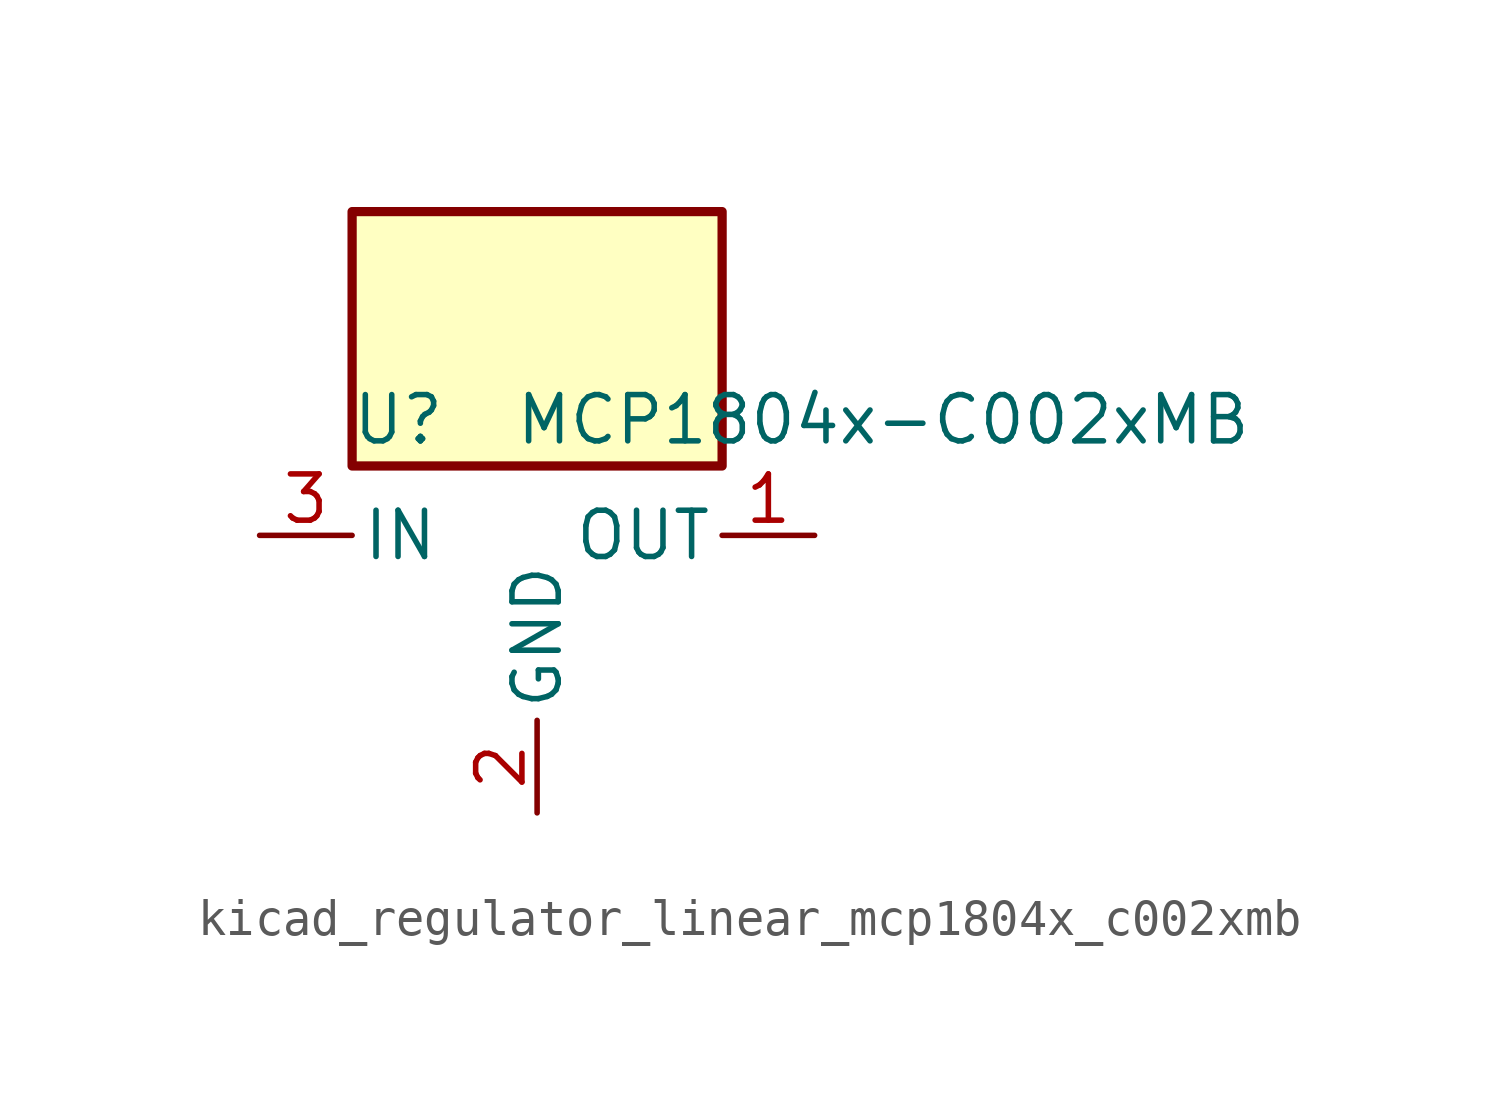
<source format=kicad_sym>
(kicad_symbol_lib
  (version 20220914)
  (generator kicad_symbol_editor)
  (symbol "kicad_regulator_linear_mcp1804x_c002xmb"
    (pin_names
      (offset 0.254))
    (property "Reference" "U"
      (at -3.81 3.175 0)
      (effects (font (size 1.27 1.27))))
    (property "Value" "MCP1804x-C002xMB"
      (at -0.635 3.175 0)
      (effects (font (size 1.27 1.27)) (justify left)))
    (symbol "kicad_regulator_linear_mcp1804x_c002xmb_0_1"
      (rectangle (start 5.08 8.89) (end -5.08 1.905) (stroke (width 0.254) (type default)) (fill (type background))))
    (symbol "kicad_regulator_linear_mcp1804x_c002xmb_1_1"
      (pin power_out line (at 7.62 0 180) (length 2.54) (name "OUT" (effects (font (size 1.27 1.27)))) (number "1" (effects (font (size 1.27 1.27)))))
      (pin power_in line (at 0 -7.62 90) (length 2.54) (name "GND" (effects (font (size 1.27 1.27)))) (number "2" (effects (font (size 1.27 1.27)))))
      (pin power_in line (at -7.62 0 0) (length 2.54) (name "IN" (effects (font (size 1.27 1.27)))) (number "3" (effects (font (size 1.27 1.27))))))))
</source>
